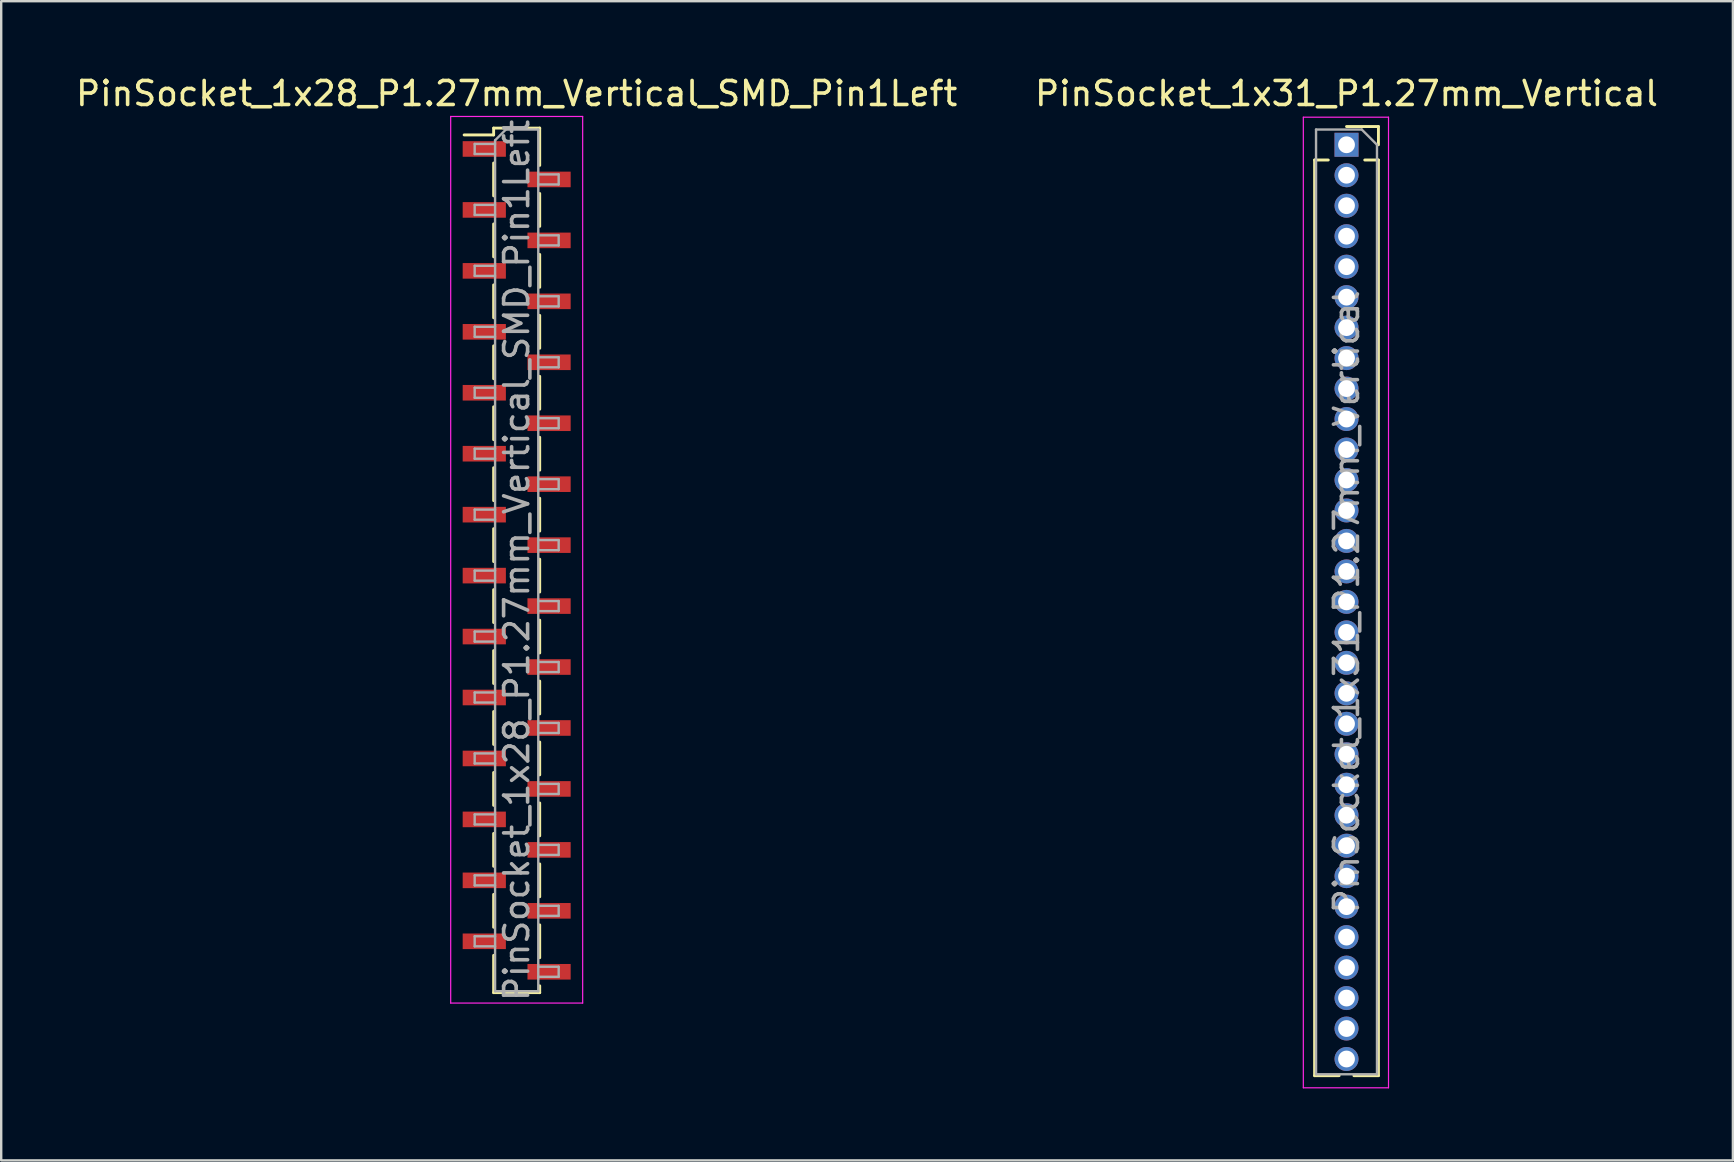
<source format=kicad_pcb>
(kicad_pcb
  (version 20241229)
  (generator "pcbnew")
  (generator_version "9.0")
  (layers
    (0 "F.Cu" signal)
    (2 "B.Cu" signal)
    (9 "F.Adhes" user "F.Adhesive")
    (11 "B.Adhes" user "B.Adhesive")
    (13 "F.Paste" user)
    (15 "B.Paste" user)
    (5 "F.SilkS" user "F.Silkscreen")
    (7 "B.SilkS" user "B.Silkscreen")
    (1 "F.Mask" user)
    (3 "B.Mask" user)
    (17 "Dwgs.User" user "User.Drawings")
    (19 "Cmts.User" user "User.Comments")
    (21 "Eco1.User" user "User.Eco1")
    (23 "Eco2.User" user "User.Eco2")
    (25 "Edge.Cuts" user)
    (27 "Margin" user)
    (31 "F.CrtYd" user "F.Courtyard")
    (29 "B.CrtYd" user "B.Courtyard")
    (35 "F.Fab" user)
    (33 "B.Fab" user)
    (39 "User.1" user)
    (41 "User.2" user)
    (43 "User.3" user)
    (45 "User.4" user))
  (footprint "PinSocket_1x28_P1.27mm_Vertical_SMD_Pin1Left"
    (layer "F.Cu")
    (at 18.482 20.303)
    (property "Reference" "PinSocket_1x28_P1.27mm_Vertical_SMD_Pin1Left" (at 0 -19.455 0) (layer "F.SilkS") (effects (font (size 1 1) (thickness 0.15))))
    (attr smd)
    (fp_line (start -2.19 -17.73) (end -0.96 -17.73) (stroke (width 0.12) (type solid)) (layer "F.SilkS"))
    (fp_line (start -0.96 -18.015) (end -0.96 -17.73) (stroke (width 0.12) (type solid)) (layer "F.SilkS"))
    (fp_line (start -0.96 -18.015) (end 0.96 -18.015) (stroke (width 0.12) (type solid)) (layer "F.SilkS"))
    (fp_line (start -0.96 -16.56) (end -0.96 -15.19) (stroke (width 0.12) (type solid)) (layer "F.SilkS"))
    (fp_line (start -0.96 -14.02) (end -0.96 -12.65) (stroke (width 0.12) (type solid)) (layer "F.SilkS"))
    (fp_line (start -0.96 -11.48) (end -0.96 -10.11) (stroke (width 0.12) (type solid)) (layer "F.SilkS"))
    (fp_line (start -0.96 -8.94) (end -0.96 -7.57) (stroke (width 0.12) (type solid)) (layer "F.SilkS"))
    (fp_line (start -0.96 -6.4) (end -0.96 -5.03) (stroke (width 0.12) (type solid)) (layer "F.SilkS"))
    (fp_line (start -0.96 -3.86) (end -0.96 -2.49) (stroke (width 0.12) (type solid)) (layer "F.SilkS"))
    (fp_line (start -0.96 -1.32) (end -0.96 0.05) (stroke (width 0.12) (type solid)) (layer "F.SilkS"))
    (fp_line (start -0.96 1.22) (end -0.96 2.59) (stroke (width 0.12) (type solid)) (layer "F.SilkS"))
    (fp_line (start -0.96 3.76) (end -0.96 5.13) (stroke (width 0.12) (type solid)) (layer "F.SilkS"))
    (fp_line (start -0.96 6.3) (end -0.96 7.67) (stroke (width 0.12) (type solid)) (layer "F.SilkS"))
    (fp_line (start -0.96 8.84) (end -0.96 10.21) (stroke (width 0.12) (type solid)) (layer "F.SilkS"))
    (fp_line (start -0.96 11.38) (end -0.96 12.75) (stroke (width 0.12) (type solid)) (layer "F.SilkS"))
    (fp_line (start -0.96 13.92) (end -0.96 15.29) (stroke (width 0.12) (type solid)) (layer "F.SilkS"))
    (fp_line (start -0.96 16.46) (end -0.96 18.015) (stroke (width 0.12) (type solid)) (layer "F.SilkS"))
    (fp_line (start -0.96 18.015) (end 0.96 18.015) (stroke (width 0.12) (type solid)) (layer "F.SilkS"))
    (fp_line (start 0.96 -18.015) (end 0.96 -16.46) (stroke (width 0.12) (type solid)) (layer "F.SilkS"))
    (fp_line (start 0.96 -15.29) (end 0.96 -13.92) (stroke (width 0.12) (type solid)) (layer "F.SilkS"))
    (fp_line (start 0.96 -12.75) (end 0.96 -11.38) (stroke (width 0.12) (type solid)) (layer "F.SilkS"))
    (fp_line (start 0.96 -10.21) (end 0.96 -8.84) (stroke (width 0.12) (type solid)) (layer "F.SilkS"))
    (fp_line (start 0.96 -7.67) (end 0.96 -6.3) (stroke (width 0.12) (type solid)) (layer "F.SilkS"))
    (fp_line (start 0.96 -5.13) (end 0.96 -3.76) (stroke (width 0.12) (type solid)) (layer "F.SilkS"))
    (fp_line (start 0.96 -2.59) (end 0.96 -1.22) (stroke (width 0.12) (type solid)) (layer "F.SilkS"))
    (fp_line (start 0.96 -0.05) (end 0.96 1.32) (stroke (width 0.12) (type solid)) (layer "F.SilkS"))
    (fp_line (start 0.96 2.49) (end 0.96 3.86) (stroke (width 0.12) (type solid)) (layer "F.SilkS"))
    (fp_line (start 0.96 5.03) (end 0.96 6.4) (stroke (width 0.12) (type solid)) (layer "F.SilkS"))
    (fp_line (start 0.96 7.57) (end 0.96 8.94) (stroke (width 0.12) (type solid)) (layer "F.SilkS"))
    (fp_line (start 0.96 10.11) (end 0.96 11.48) (stroke (width 0.12) (type solid)) (layer "F.SilkS"))
    (fp_line (start 0.96 12.65) (end 0.96 14.02) (stroke (width 0.12) (type solid)) (layer "F.SilkS"))
    (fp_line (start 0.96 15.19) (end 0.96 16.56) (stroke (width 0.12) (type solid)) (layer "F.SilkS"))
    (fp_line (start 0.96 17.73) (end 0.96 18.015) (stroke (width 0.12) (type solid)) (layer "F.SilkS"))
    (fp_line (start -2.75 -18.5) (end 2.75 -18.5) (stroke (width 0.05) (type solid)) (layer "F.CrtYd"))
    (fp_line (start -2.75 18.45) (end -2.75 -18.5) (stroke (width 0.05) (type solid)) (layer "F.CrtYd"))
    (fp_line (start 2.75 -18.5) (end 2.75 18.45) (stroke (width 0.05) (type solid)) (layer "F.CrtYd"))
    (fp_line (start 2.75 18.45) (end -2.75 18.45) (stroke (width 0.05) (type solid)) (layer "F.CrtYd"))
    (fp_line (start -1.75 -17.355) (end -0.9 -17.355) (stroke (width 0.1) (type solid)) (layer "F.Fab"))
    (fp_line (start -1.75 -16.935) (end -1.75 -17.355) (stroke (width 0.1) (type solid)) (layer "F.Fab"))
    (fp_line (start -1.75 -14.815) (end -0.9 -14.815) (stroke (width 0.1) (type solid)) (layer "F.Fab"))
    (fp_line (start -1.75 -14.395) (end -1.75 -14.815) (stroke (width 0.1) (type solid)) (layer "F.Fab"))
    (fp_line (start -1.75 -12.275) (end -0.9 -12.275) (stroke (width 0.1) (type solid)) (layer "F.Fab"))
    (fp_line (start -1.75 -11.855) (end -1.75 -12.275) (stroke (width 0.1) (type solid)) (layer "F.Fab"))
    (fp_line (start -1.75 -9.735) (end -0.9 -9.735) (stroke (width 0.1) (type solid)) (layer "F.Fab"))
    (fp_line (start -1.75 -9.315) (end -1.75 -9.735) (stroke (width 0.1) (type solid)) (layer "F.Fab"))
    (fp_line (start -1.75 -7.195) (end -0.9 -7.195) (stroke (width 0.1) (type solid)) (layer "F.Fab"))
    (fp_line (start -1.75 -6.775) (end -1.75 -7.195) (stroke (width 0.1) (type solid)) (layer "F.Fab"))
    (fp_line (start -1.75 -4.655) (end -0.9 -4.655) (stroke (width 0.1) (type solid)) (layer "F.Fab"))
    (fp_line (start -1.75 -4.235) (end -1.75 -4.655) (stroke (width 0.1) (type solid)) (layer "F.Fab"))
    (fp_line (start -1.75 -2.115) (end -0.9 -2.115) (stroke (width 0.1) (type solid)) (layer "F.Fab"))
    (fp_line (start -1.75 -1.695) (end -1.75 -2.115) (stroke (width 0.1) (type solid)) (layer "F.Fab"))
    (fp_line (start -1.75 0.425) (end -0.9 0.425) (stroke (width 0.1) (type solid)) (layer "F.Fab"))
    (fp_line (start -1.75 0.845) (end -1.75 0.425) (stroke (width 0.1) (type solid)) (layer "F.Fab"))
    (fp_line (start -1.75 2.965) (end -0.9 2.965) (stroke (width 0.1) (type solid)) (layer "F.Fab"))
    (fp_line (start -1.75 3.385) (end -1.75 2.965) (stroke (width 0.1) (type solid)) (layer "F.Fab"))
    (fp_line (start -1.75 5.505) (end -0.9 5.505) (stroke (width 0.1) (type solid)) (layer "F.Fab"))
    (fp_line (start -1.75 5.925) (end -1.75 5.505) (stroke (width 0.1) (type solid)) (layer "F.Fab"))
    (fp_line (start -1.75 8.045) (end -0.9 8.045) (stroke (width 0.1) (type solid)) (layer "F.Fab"))
    (fp_line (start -1.75 8.465) (end -1.75 8.045) (stroke (width 0.1) (type solid)) (layer "F.Fab"))
    (fp_line (start -1.75 10.585) (end -0.9 10.585) (stroke (width 0.1) (type solid)) (layer "F.Fab"))
    (fp_line (start -1.75 11.005) (end -1.75 10.585) (stroke (width 0.1) (type solid)) (layer "F.Fab"))
    (fp_line (start -1.75 13.125) (end -0.9 13.125) (stroke (width 0.1) (type solid)) (layer "F.Fab"))
    (fp_line (start -1.75 13.545) (end -1.75 13.125) (stroke (width 0.1) (type solid)) (layer "F.Fab"))
    (fp_line (start -1.75 15.665) (end -0.9 15.665) (stroke (width 0.1) (type solid)) (layer "F.Fab"))
    (fp_line (start -1.75 16.085) (end -1.75 15.665) (stroke (width 0.1) (type solid)) (layer "F.Fab"))
    (fp_line (start -0.9 -17.505) (end -0.45 -17.955) (stroke (width 0.1) (type solid)) (layer "F.Fab"))
    (fp_line (start -0.9 -16.935) (end -1.75 -16.935) (stroke (width 0.1) (type solid)) (layer "F.Fab"))
    (fp_line (start -0.9 -14.395) (end -1.75 -14.395) (stroke (width 0.1) (type solid)) (layer "F.Fab"))
    (fp_line (start -0.9 -11.855) (end -1.75 -11.855) (stroke (width 0.1) (type solid)) (layer "F.Fab"))
    (fp_line (start -0.9 -9.315) (end -1.75 -9.315) (stroke (width 0.1) (type solid)) (layer "F.Fab"))
    (fp_line (start -0.9 -6.775) (end -1.75 -6.775) (stroke (width 0.1) (type solid)) (layer "F.Fab"))
    (fp_line (start -0.9 -4.235) (end -1.75 -4.235) (stroke (width 0.1) (type solid)) (layer "F.Fab"))
    (fp_line (start -0.9 -1.695) (end -1.75 -1.695) (stroke (width 0.1) (type solid)) (layer "F.Fab"))
    (fp_line (start -0.9 0.845) (end -1.75 0.845) (stroke (width 0.1) (type solid)) (layer "F.Fab"))
    (fp_line (start -0.9 3.385) (end -1.75 3.385) (stroke (width 0.1) (type solid)) (layer "F.Fab"))
    (fp_line (start -0.9 5.925) (end -1.75 5.925) (stroke (width 0.1) (type solid)) (layer "F.Fab"))
    (fp_line (start -0.9 8.465) (end -1.75 8.465) (stroke (width 0.1) (type solid)) (layer "F.Fab"))
    (fp_line (start -0.9 11.005) (end -1.75 11.005) (stroke (width 0.1) (type solid)) (layer "F.Fab"))
    (fp_line (start -0.9 13.545) (end -1.75 13.545) (stroke (width 0.1) (type solid)) (layer "F.Fab"))
    (fp_line (start -0.9 16.085) (end -1.75 16.085) (stroke (width 0.1) (type solid)) (layer "F.Fab"))
    (fp_line (start -0.9 17.955) (end -0.9 -17.505) (stroke (width 0.1) (type solid)) (layer "F.Fab"))
    (fp_line (start -0.45 -17.955) (end 0.9 -17.955) (stroke (width 0.1) (type solid)) (layer "F.Fab"))
    (fp_line (start 0.9 -17.955) (end 0.9 17.955) (stroke (width 0.1) (type solid)) (layer "F.Fab"))
    (fp_line (start 0.9 -16.085) (end 1.75 -16.085) (stroke (width 0.1) (type solid)) (layer "F.Fab"))
    (fp_line (start 0.9 -13.545) (end 1.75 -13.545) (stroke (width 0.1) (type solid)) (layer "F.Fab"))
    (fp_line (start 0.9 -11.005) (end 1.75 -11.005) (stroke (width 0.1) (type solid)) (layer "F.Fab"))
    (fp_line (start 0.9 -8.465) (end 1.75 -8.465) (stroke (width 0.1) (type solid)) (layer "F.Fab"))
    (fp_line (start 0.9 -5.925) (end 1.75 -5.925) (stroke (width 0.1) (type solid)) (layer "F.Fab"))
    (fp_line (start 0.9 -3.385) (end 1.75 -3.385) (stroke (width 0.1) (type solid)) (layer "F.Fab"))
    (fp_line (start 0.9 -0.845) (end 1.75 -0.845) (stroke (width 0.1) (type solid)) (layer "F.Fab"))
    (fp_line (start 0.9 1.695) (end 1.75 1.695) (stroke (width 0.1) (type solid)) (layer "F.Fab"))
    (fp_line (start 0.9 4.235) (end 1.75 4.235) (stroke (width 0.1) (type solid)) (layer "F.Fab"))
    (fp_line (start 0.9 6.775) (end 1.75 6.775) (stroke (width 0.1) (type solid)) (layer "F.Fab"))
    (fp_line (start 0.9 9.315) (end 1.75 9.315) (stroke (width 0.1) (type solid)) (layer "F.Fab"))
    (fp_line (start 0.9 11.855) (end 1.75 11.855) (stroke (width 0.1) (type solid)) (layer "F.Fab"))
    (fp_line (start 0.9 14.395) (end 1.75 14.395) (stroke (width 0.1) (type solid)) (layer "F.Fab"))
    (fp_line (start 0.9 16.935) (end 1.75 16.935) (stroke (width 0.1) (type solid)) (layer "F.Fab"))
    (fp_line (start 0.9 17.955) (end -0.9 17.955) (stroke (width 0.1) (type solid)) (layer "F.Fab"))
    (fp_line (start 1.75 -16.085) (end 1.75 -15.665) (stroke (width 0.1) (type solid)) (layer "F.Fab"))
    (fp_line (start 1.75 -15.665) (end 0.9 -15.665) (stroke (width 0.1) (type solid)) (layer "F.Fab"))
    (fp_line (start 1.75 -13.545) (end 1.75 -13.125) (stroke (width 0.1) (type solid)) (layer "F.Fab"))
    (fp_line (start 1.75 -13.125) (end 0.9 -13.125) (stroke (width 0.1) (type solid)) (layer "F.Fab"))
    (fp_line (start 1.75 -11.005) (end 1.75 -10.585) (stroke (width 0.1) (type solid)) (layer "F.Fab"))
    (fp_line (start 1.75 -10.585) (end 0.9 -10.585) (stroke (width 0.1) (type solid)) (layer "F.Fab"))
    (fp_line (start 1.75 -8.465) (end 1.75 -8.045) (stroke (width 0.1) (type solid)) (layer "F.Fab"))
    (fp_line (start 1.75 -8.045) (end 0.9 -8.045) (stroke (width 0.1) (type solid)) (layer "F.Fab"))
    (fp_line (start 1.75 -5.925) (end 1.75 -5.505) (stroke (width 0.1) (type solid)) (layer "F.Fab"))
    (fp_line (start 1.75 -5.505) (end 0.9 -5.505) (stroke (width 0.1) (type solid)) (layer "F.Fab"))
    (fp_line (start 1.75 -3.385) (end 1.75 -2.965) (stroke (width 0.1) (type solid)) (layer "F.Fab"))
    (fp_line (start 1.75 -2.965) (end 0.9 -2.965) (stroke (width 0.1) (type solid)) (layer "F.Fab"))
    (fp_line (start 1.75 -0.845) (end 1.75 -0.425) (stroke (width 0.1) (type solid)) (layer "F.Fab"))
    (fp_line (start 1.75 -0.425) (end 0.9 -0.425) (stroke (width 0.1) (type solid)) (layer "F.Fab"))
    (fp_line (start 1.75 1.695) (end 1.75 2.115) (stroke (width 0.1) (type solid)) (layer "F.Fab"))
    (fp_line (start 1.75 2.115) (end 0.9 2.115) (stroke (width 0.1) (type solid)) (layer "F.Fab"))
    (fp_line (start 1.75 4.235) (end 1.75 4.655) (stroke (width 0.1) (type solid)) (layer "F.Fab"))
    (fp_line (start 1.75 4.655) (end 0.9 4.655) (stroke (width 0.1) (type solid)) (layer "F.Fab"))
    (fp_line (start 1.75 6.775) (end 1.75 7.195) (stroke (width 0.1) (type solid)) (layer "F.Fab"))
    (fp_line (start 1.75 7.195) (end 0.9 7.195) (stroke (width 0.1) (type solid)) (layer "F.Fab"))
    (fp_line (start 1.75 9.315) (end 1.75 9.735) (stroke (width 0.1) (type solid)) (layer "F.Fab"))
    (fp_line (start 1.75 9.735) (end 0.9 9.735) (stroke (width 0.1) (type solid)) (layer "F.Fab"))
    (fp_line (start 1.75 11.855) (end 1.75 12.275) (stroke (width 0.1) (type solid)) (layer "F.Fab"))
    (fp_line (start 1.75 12.275) (end 0.9 12.275) (stroke (width 0.1) (type solid)) (layer "F.Fab"))
    (fp_line (start 1.75 14.395) (end 1.75 14.815) (stroke (width 0.1) (type solid)) (layer "F.Fab"))
    (fp_line (start 1.75 14.815) (end 0.9 14.815) (stroke (width 0.1) (type solid)) (layer "F.Fab"))
    (fp_line (start 1.75 16.935) (end 1.75 17.355) (stroke (width 0.1) (type solid)) (layer "F.Fab"))
    (fp_line (start 1.75 17.355) (end 0.9 17.355) (stroke (width 0.1) (type solid)) (layer "F.Fab"))
    (fp_text user "${REFERENCE}" (at 0 0 90) (layer "F.Fab") (effects (font (size 1 1) (thickness 0.15))))
    (pad "1" smd rect (at -1.35 -17.145) (size 1.8 0.65) (layers "F.Cu" "F.Mask" "F.Paste"))
    (pad "2" smd rect (at 1.35 -15.875) (size 1.8 0.65) (layers "F.Cu" "F.Mask" "F.Paste"))
    (pad "3" smd rect (at -1.35 -14.605) (size 1.8 0.65) (layers "F.Cu" "F.Mask" "F.Paste"))
    (pad "4" smd rect (at 1.35 -13.335) (size 1.8 0.65) (layers "F.Cu" "F.Mask" "F.Paste"))
    (pad "5" smd rect (at -1.35 -12.065) (size 1.8 0.65) (layers "F.Cu" "F.Mask" "F.Paste"))
    (pad "6" smd rect (at 1.35 -10.795) (size 1.8 0.65) (layers "F.Cu" "F.Mask" "F.Paste"))
    (pad "7" smd rect (at -1.35 -9.525) (size 1.8 0.65) (layers "F.Cu" "F.Mask" "F.Paste"))
    (pad "8" smd rect (at 1.35 -8.255) (size 1.8 0.65) (layers "F.Cu" "F.Mask" "F.Paste"))
    (pad "9" smd rect (at -1.35 -6.985) (size 1.8 0.65) (layers "F.Cu" "F.Mask" "F.Paste"))
    (pad "10" smd rect (at 1.35 -5.715) (size 1.8 0.65) (layers "F.Cu" "F.Mask" "F.Paste"))
    (pad "11" smd rect (at -1.35 -4.445) (size 1.8 0.65) (layers "F.Cu" "F.Mask" "F.Paste"))
    (pad "12" smd rect (at 1.35 -3.175) (size 1.8 0.65) (layers "F.Cu" "F.Mask" "F.Paste"))
    (pad "13" smd rect (at -1.35 -1.905) (size 1.8 0.65) (layers "F.Cu" "F.Mask" "F.Paste"))
    (pad "14" smd rect (at 1.35 -0.635) (size 1.8 0.65) (layers "F.Cu" "F.Mask" "F.Paste"))
    (pad "15" smd rect (at -1.35 0.635) (size 1.8 0.65) (layers "F.Cu" "F.Mask" "F.Paste"))
    (pad "16" smd rect (at 1.35 1.905) (size 1.8 0.65) (layers "F.Cu" "F.Mask" "F.Paste"))
    (pad "17" smd rect (at -1.35 3.175) (size 1.8 0.65) (layers "F.Cu" "F.Mask" "F.Paste"))
    (pad "18" smd rect (at 1.35 4.445) (size 1.8 0.65) (layers "F.Cu" "F.Mask" "F.Paste"))
    (pad "19" smd rect (at -1.35 5.715) (size 1.8 0.65) (layers "F.Cu" "F.Mask" "F.Paste"))
    (pad "20" smd rect (at 1.35 6.985) (size 1.8 0.65) (layers "F.Cu" "F.Mask" "F.Paste"))
    (pad "21" smd rect (at -1.35 8.255) (size 1.8 0.65) (layers "F.Cu" "F.Mask" "F.Paste"))
    (pad "22" smd rect (at 1.35 9.525) (size 1.8 0.65) (layers "F.Cu" "F.Mask" "F.Paste"))
    (pad "23" smd rect (at -1.35 10.795) (size 1.8 0.65) (layers "F.Cu" "F.Mask" "F.Paste"))
    (pad "24" smd rect (at 1.35 12.065) (size 1.8 0.65) (layers "F.Cu" "F.Mask" "F.Paste"))
    (pad "25" smd rect (at -1.35 13.335) (size 1.8 0.65) (layers "F.Cu" "F.Mask" "F.Paste"))
    (pad "26" smd rect (at 1.35 14.605) (size 1.8 0.65) (layers "F.Cu" "F.Mask" "F.Paste"))
    (pad "27" smd rect (at -1.35 15.875) (size 1.8 0.65) (layers "F.Cu" "F.Mask" "F.Paste"))
    (pad "28" smd rect (at 1.35 17.145) (size 1.8 0.65) (layers "F.Cu" "F.Mask" "F.Paste")))
  (footprint "PinSocket_1x31_P1.27mm_Vertical"
    (layer "F.Cu")
    (at 53.065 2.983)
    (property "Reference" "PinSocket_1x31_P1.27mm_Vertical" (at 0 -2.135 0) (layer "F.SilkS") (effects (font (size 1 1) (thickness 0.15))))
    (attr through_hole)
    (fp_line (start -1.33 0.635) (end -1.33 38.795) (stroke (width 0.12) (type solid)) (layer "F.SilkS"))
    (fp_line (start -1.33 0.635) (end -0.76 0.635) (stroke (width 0.12) (type solid)) (layer "F.SilkS"))
    (fp_line (start -1.33 38.795) (end -0.308 38.795) (stroke (width 0.12) (type solid)) (layer "F.SilkS"))
    (fp_line (start 0 -0.76) (end 1.33 -0.76) (stroke (width 0.12) (type solid)) (layer "F.SilkS"))
    (fp_line (start 0.308 38.795) (end 1.33 38.795) (stroke (width 0.12) (type solid)) (layer "F.SilkS"))
    (fp_line (start 0.76 0.635) (end 1.33 0.635) (stroke (width 0.12) (type solid)) (layer "F.SilkS"))
    (fp_line (start 1.33 -0.76) (end 1.33 0) (stroke (width 0.12) (type solid)) (layer "F.SilkS"))
    (fp_line (start 1.33 0.635) (end 1.33 38.795) (stroke (width 0.12) (type solid)) (layer "F.SilkS"))
    (fp_line (start -1.8 -1.15) (end 1.75 -1.15) (stroke (width 0.05) (type solid)) (layer "F.CrtYd"))
    (fp_line (start -1.8 39.3) (end -1.8 -1.15) (stroke (width 0.05) (type solid)) (layer "F.CrtYd"))
    (fp_line (start 1.75 -1.15) (end 1.75 39.3) (stroke (width 0.05) (type solid)) (layer "F.CrtYd"))
    (fp_line (start 1.75 39.3) (end -1.8 39.3) (stroke (width 0.05) (type solid)) (layer "F.CrtYd"))
    (fp_line (start -1.27 -0.635) (end 0.635 -0.635) (stroke (width 0.1) (type solid)) (layer "F.Fab"))
    (fp_line (start -1.27 38.735) (end -1.27 -0.635) (stroke (width 0.1) (type solid)) (layer "F.Fab"))
    (fp_line (start 0.635 -0.635) (end 1.27 0) (stroke (width 0.1) (type solid)) (layer "F.Fab"))
    (fp_line (start 1.27 0) (end 1.27 38.735) (stroke (width 0.1) (type solid)) (layer "F.Fab"))
    (fp_line (start 1.27 38.735) (end -1.27 38.735) (stroke (width 0.1) (type solid)) (layer "F.Fab"))
    (fp_text user "${REFERENCE}" (at 0 19.05 90) (layer "F.Fab") (effects (font (size 1 1) (thickness 0.15))))
    (pad "1" thru_hole rect (at 0 0) (size 1 1) (drill 0.7) (layers "*.Cu" "*.Mask"))
    (pad "2" thru_hole oval (at 0 1.27) (size 1 1) (drill 0.7) (layers "*.Cu" "*.Mask"))
    (pad "3" thru_hole oval (at 0 2.54) (size 1 1) (drill 0.7) (layers "*.Cu" "*.Mask"))
    (pad "4" thru_hole oval (at 0 3.81) (size 1 1) (drill 0.7) (layers "*.Cu" "*.Mask"))
    (pad "5" thru_hole oval (at 0 5.08) (size 1 1) (drill 0.7) (layers "*.Cu" "*.Mask"))
    (pad "6" thru_hole oval (at 0 6.35) (size 1 1) (drill 0.7) (layers "*.Cu" "*.Mask"))
    (pad "7" thru_hole oval (at 0 7.62) (size 1 1) (drill 0.7) (layers "*.Cu" "*.Mask"))
    (pad "8" thru_hole oval (at 0 8.89) (size 1 1) (drill 0.7) (layers "*.Cu" "*.Mask"))
    (pad "9" thru_hole oval (at 0 10.16) (size 1 1) (drill 0.7) (layers "*.Cu" "*.Mask"))
    (pad "10" thru_hole oval (at 0 11.43) (size 1 1) (drill 0.7) (layers "*.Cu" "*.Mask"))
    (pad "11" thru_hole oval (at 0 12.7) (size 1 1) (drill 0.7) (layers "*.Cu" "*.Mask"))
    (pad "12" thru_hole oval (at 0 13.97) (size 1 1) (drill 0.7) (layers "*.Cu" "*.Mask"))
    (pad "13" thru_hole oval (at 0 15.24) (size 1 1) (drill 0.7) (layers "*.Cu" "*.Mask"))
    (pad "14" thru_hole oval (at 0 16.51) (size 1 1) (drill 0.7) (layers "*.Cu" "*.Mask"))
    (pad "15" thru_hole oval (at 0 17.78) (size 1 1) (drill 0.7) (layers "*.Cu" "*.Mask"))
    (pad "16" thru_hole oval (at 0 19.05) (size 1 1) (drill 0.7) (layers "*.Cu" "*.Mask"))
    (pad "17" thru_hole oval (at 0 20.32) (size 1 1) (drill 0.7) (layers "*.Cu" "*.Mask"))
    (pad "18" thru_hole oval (at 0 21.59) (size 1 1) (drill 0.7) (layers "*.Cu" "*.Mask"))
    (pad "19" thru_hole oval (at 0 22.86) (size 1 1) (drill 0.7) (layers "*.Cu" "*.Mask"))
    (pad "20" thru_hole oval (at 0 24.13) (size 1 1) (drill 0.7) (layers "*.Cu" "*.Mask"))
    (pad "21" thru_hole oval (at 0 25.4) (size 1 1) (drill 0.7) (layers "*.Cu" "*.Mask"))
    (pad "22" thru_hole oval (at 0 26.67) (size 1 1) (drill 0.7) (layers "*.Cu" "*.Mask"))
    (pad "23" thru_hole oval (at 0 27.94) (size 1 1) (drill 0.7) (layers "*.Cu" "*.Mask"))
    (pad "24" thru_hole oval (at 0 29.21) (size 1 1) (drill 0.7) (layers "*.Cu" "*.Mask"))
    (pad "25" thru_hole oval (at 0 30.48) (size 1 1) (drill 0.7) (layers "*.Cu" "*.Mask"))
    (pad "26" thru_hole oval (at 0 31.75) (size 1 1) (drill 0.7) (layers "*.Cu" "*.Mask"))
    (pad "27" thru_hole oval (at 0 33.02) (size 1 1) (drill 0.7) (layers "*.Cu" "*.Mask"))
    (pad "28" thru_hole oval (at 0 34.29) (size 1 1) (drill 0.7) (layers "*.Cu" "*.Mask"))
    (pad "29" thru_hole oval (at 0 35.56) (size 1 1) (drill 0.7) (layers "*.Cu" "*.Mask"))
    (pad "30" thru_hole oval (at 0 36.83) (size 1 1) (drill 0.7) (layers "*.Cu" "*.Mask"))
    (pad "31" thru_hole oval (at 0 38.1) (size 1 1) (drill 0.7) (layers "*.Cu" "*.Mask")))
  (gr_rect
    (start -3 -3)
    (end 69.167 45.308)
    (stroke (width 0.1) (type default))
    (fill no)
    (layer "Edge.Cuts")))
</source>
